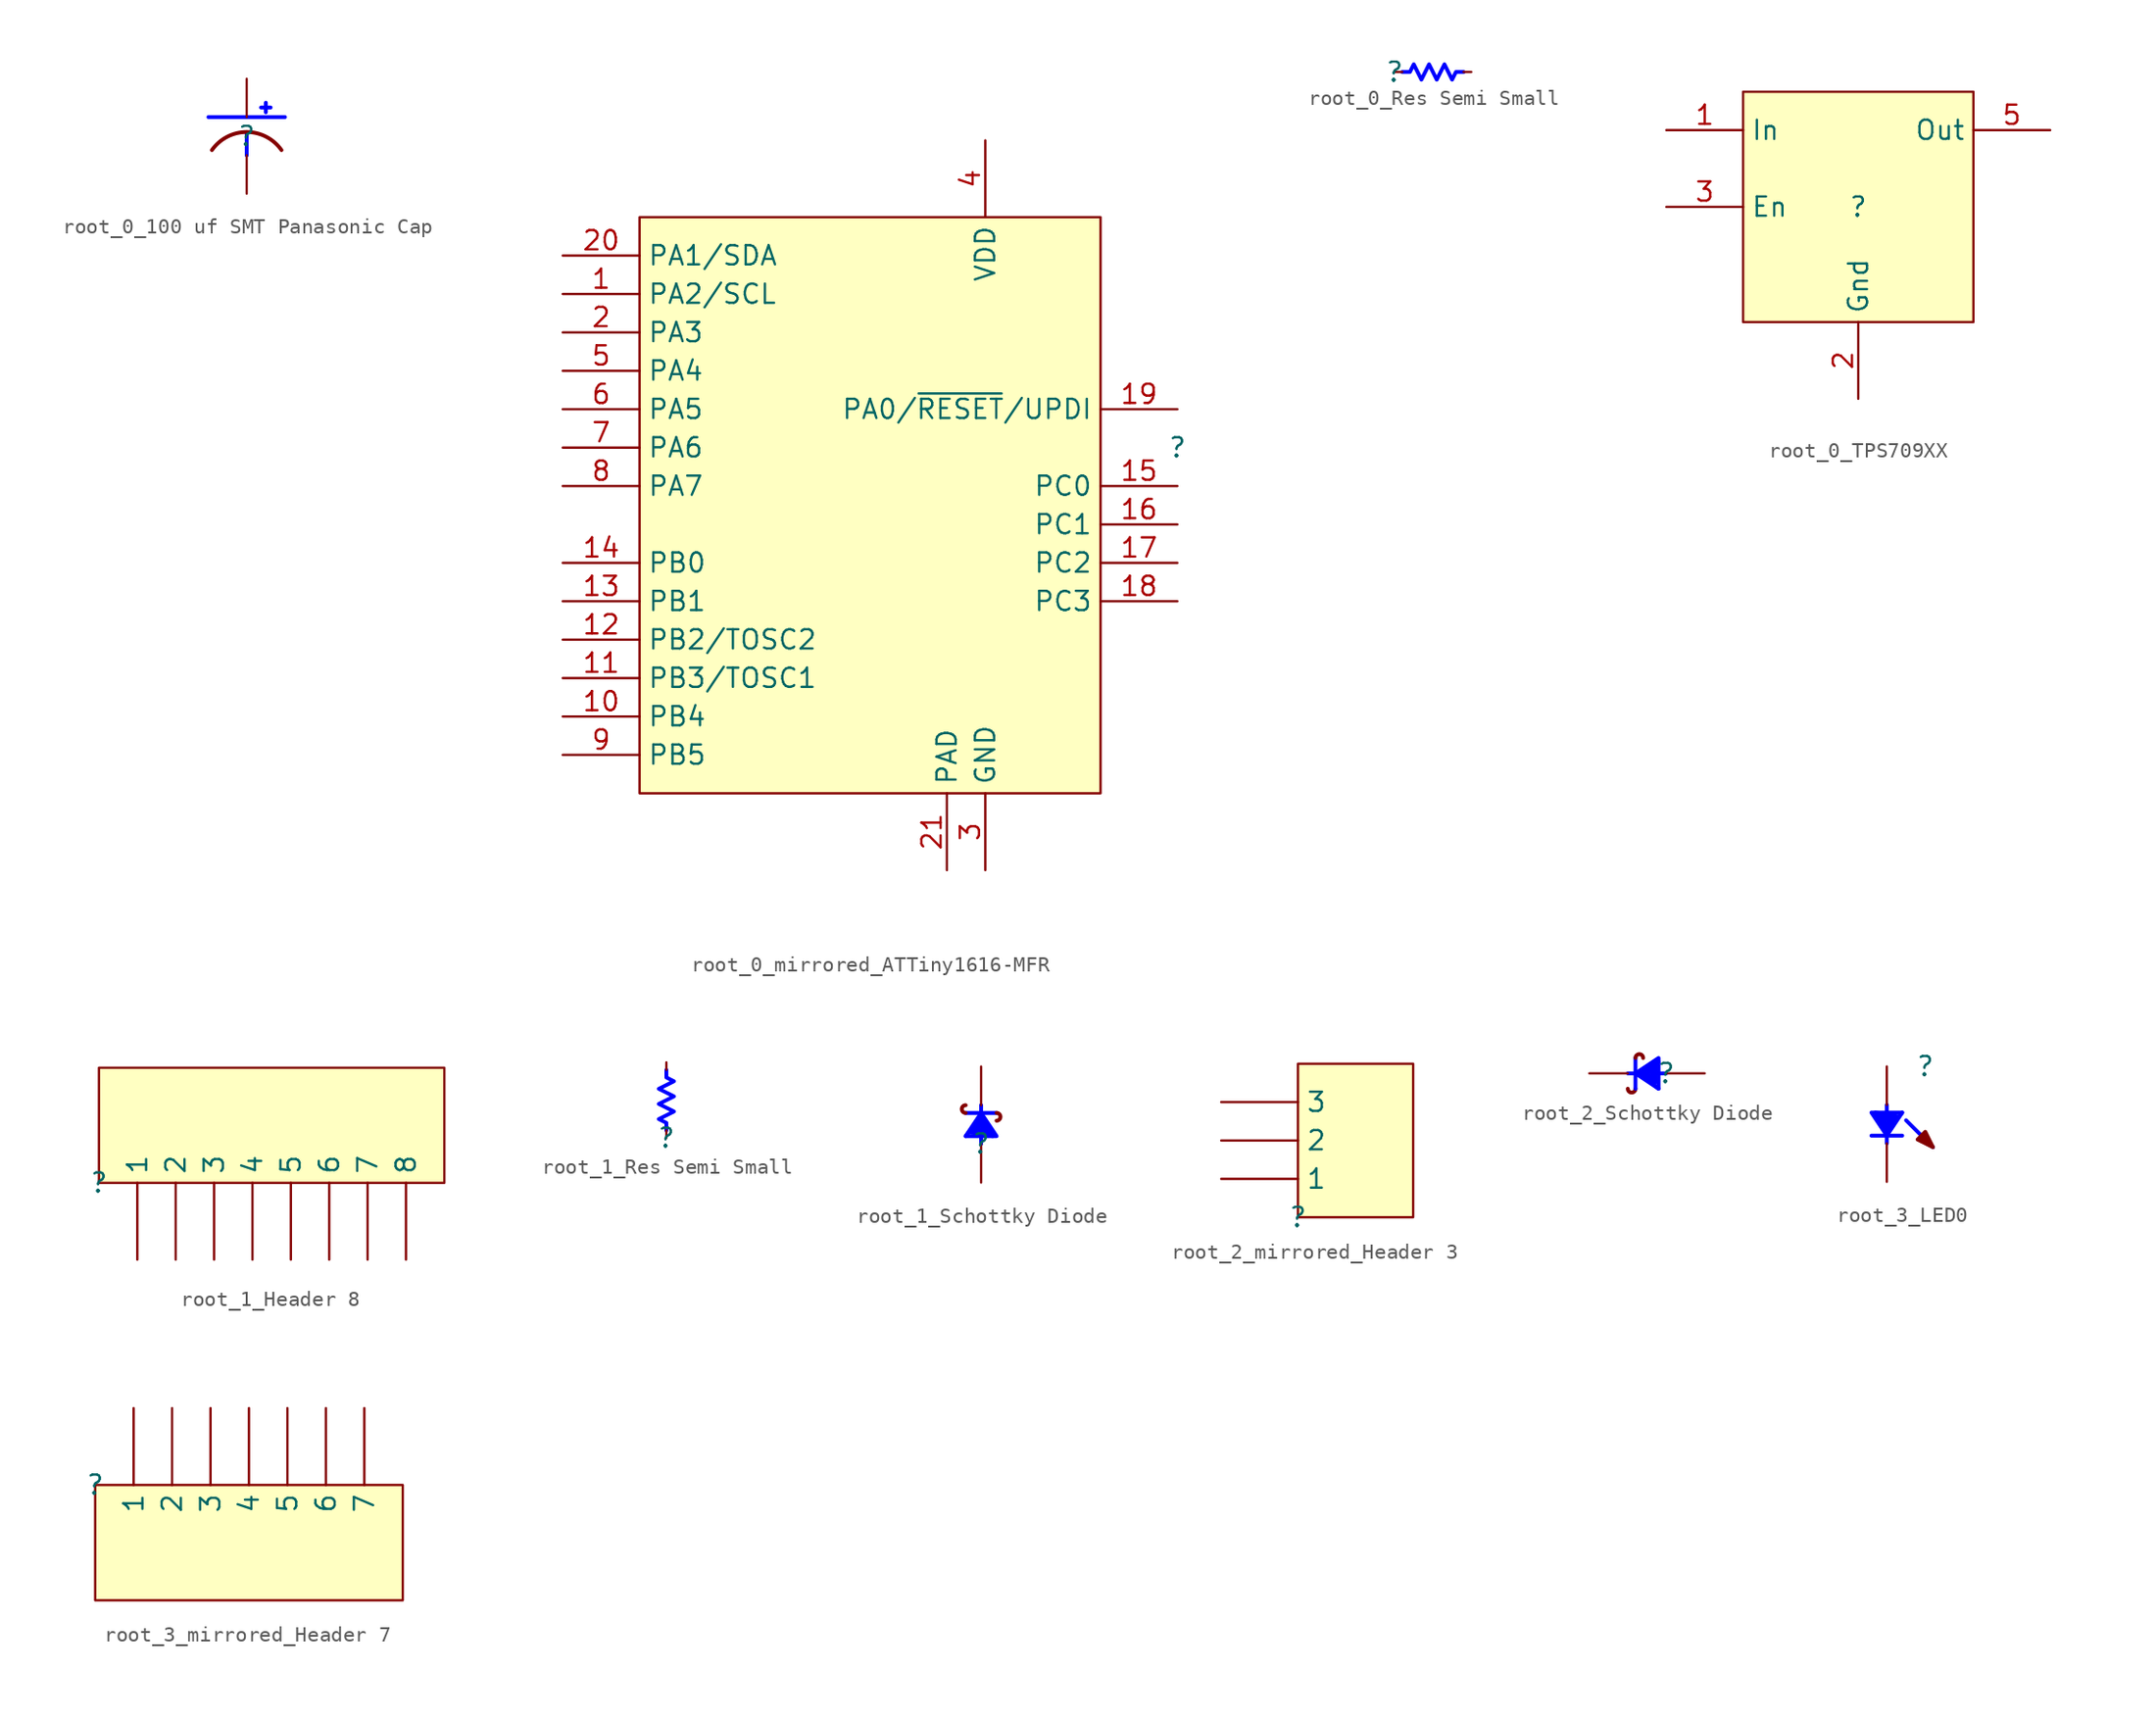
<source format=kicad_sym>
(kicad_symbol_lib
  (version 20220914)
  (generator kicad_symbol_editor)
  (symbol "root_0_100 uf SMT Panasonic Cap"
    (property "Reference" ""
      (at 0 0 0)
      (effects (font (size 1.27 1.27))))
    (property "Value" ""
      (at 0 0 0)
      (effects (font (size 1.27 1.27))))
    (symbol "root_0_100 uf SMT Panasonic Cap_1_0"
      (polyline (pts (xy -2.54 1.27) (xy 2.54 1.27)) (stroke (width 0.254) (type solid) (color 0 0 255 1)) (fill (type none)))
      (polyline (pts (xy 0 0.254) (xy 0 -1.27)) (stroke (width 0.254) (type solid) (color 0 0 255 1)) (fill (type none)))
      (polyline (pts (xy 1.27 2.223) (xy 1.27 1.588)) (stroke (width 0.254) (type solid) (color 0 0 255 1)) (fill (type none)))
      (polyline (pts (xy 1.588 1.905) (xy 0.953 1.905)) (stroke (width 0.254) (type solid) (color 0 0 255 1)) (fill (type none)))
      (arc (start 2.3092 -0.9231) (mid 0 0.279) (end -2.3092 -0.9231) (stroke (width 0.254) (type solid)) (fill (type none)))
      (pin passive line (at 0 3.81 270) (length 2.54) (name "1" (effects (font (size 0 0)))) (number "1" (effects (font (size 0 0)))))
      (pin passive line (at 0 -3.81 90) (length 2.54) (name "2" (effects (font (size 0 0)))) (number "2" (effects (font (size 0 0)))))))
  (symbol "root_0_mirrored_ATTiny1616-MFR"
    (property "Reference" ""
      (at 0 0 0)
      (effects (font (size 1.27 1.27))))
    (property "Value" ""
      (at 0 0 0)
      (effects (font (size 1.27 1.27))))
    (symbol "root_0_mirrored_ATTiny1616-MFR_1_0"
      (rectangle (start -5.08 15.24) (end -35.56 -22.86) (stroke (width 0) (type solid)) (fill (type background)))
      (pin bidirectional line (at -40.64 10.16 0) (length 5.08) (name "PA2/SCL" (effects (font (size 1.27 1.27)))) (number "1" (effects (font (size 1.27 1.27)))))
      (pin bidirectional line (at -40.64 -17.78 0) (length 5.08) (name "PB4" (effects (font (size 1.27 1.27)))) (number "10" (effects (font (size 1.27 1.27)))))
      (pin bidirectional line (at -40.64 -15.24 0) (length 5.08) (name "PB3/TOSC1" (effects (font (size 1.27 1.27)))) (number "11" (effects (font (size 1.27 1.27)))))
      (pin bidirectional line (at -40.64 -12.7 0) (length 5.08) (name "PB2/TOSC2" (effects (font (size 1.27 1.27)))) (number "12" (effects (font (size 1.27 1.27)))))
      (pin bidirectional line (at -40.64 -10.16 0) (length 5.08) (name "PB1" (effects (font (size 1.27 1.27)))) (number "13" (effects (font (size 1.27 1.27)))))
      (pin bidirectional line (at -40.64 -7.62 0) (length 5.08) (name "PB0" (effects (font (size 1.27 1.27)))) (number "14" (effects (font (size 1.27 1.27)))))
      (pin bidirectional line (at 0 -2.54 180) (length 5.08) (name "PC0" (effects (font (size 1.27 1.27)))) (number "15" (effects (font (size 1.27 1.27)))))
      (pin bidirectional line (at 0 -5.08 180) (length 5.08) (name "PC1" (effects (font (size 1.27 1.27)))) (number "16" (effects (font (size 1.27 1.27)))))
      (pin bidirectional line (at 0 -7.62 180) (length 5.08) (name "PC2" (effects (font (size 1.27 1.27)))) (number "17" (effects (font (size 1.27 1.27)))))
      (pin bidirectional line (at 0 -10.16 180) (length 5.08) (name "PC3" (effects (font (size 1.27 1.27)))) (number "18" (effects (font (size 1.27 1.27)))))
      (pin passive line (at 0 2.54 180) (length 5.08) (name "PA0/~{RESET}/UPDI" (effects (font (size 1.27 1.27)))) (number "19" (effects (font (size 1.27 1.27)))))
      (pin bidirectional line (at -40.64 7.62 0) (length 5.08) (name "PA3" (effects (font (size 1.27 1.27)))) (number "2" (effects (font (size 1.27 1.27)))))
      (pin bidirectional line (at -40.64 12.7 0) (length 5.08) (name "PA1/SDA" (effects (font (size 1.27 1.27)))) (number "20" (effects (font (size 1.27 1.27)))))
      (pin power_in line (at -15.24 -27.94 90) (length 5.08) (name "PAD" (effects (font (size 1.27 1.27)))) (number "21" (effects (font (size 1.27 1.27)))))
      (pin power_in line (at -12.7 -27.94 90) (length 5.08) (name "GND" (effects (font (size 1.27 1.27)))) (number "3" (effects (font (size 1.27 1.27)))))
      (pin power_in line (at -12.7 20.32 270) (length 5.08) (name "VDD" (effects (font (size 1.27 1.27)))) (number "4" (effects (font (size 1.27 1.27)))))
      (pin bidirectional line (at -40.64 5.08 0) (length 5.08) (name "PA4" (effects (font (size 1.27 1.27)))) (number "5" (effects (font (size 1.27 1.27)))))
      (pin bidirectional line (at -40.64 2.54 0) (length 5.08) (name "PA5" (effects (font (size 1.27 1.27)))) (number "6" (effects (font (size 1.27 1.27)))))
      (pin bidirectional line (at -40.64 0 0) (length 5.08) (name "PA6" (effects (font (size 1.27 1.27)))) (number "7" (effects (font (size 1.27 1.27)))))
      (pin bidirectional line (at -40.64 -2.54 0) (length 5.08) (name "PA7" (effects (font (size 1.27 1.27)))) (number "8" (effects (font (size 1.27 1.27)))))
      (pin bidirectional line (at -40.64 -20.32 0) (length 5.08) (name "PB5" (effects (font (size 1.27 1.27)))) (number "9" (effects (font (size 1.27 1.27)))))))
  (symbol "root_0_Res Semi Small"
    (property "Reference" ""
      (at 0 0 0)
      (effects (font (size 1.27 1.27))))
    (property "Value" ""
      (at 0 0 0)
      (effects (font (size 1.27 1.27))))
    (symbol "root_0_Res Semi Small_1_0"
      (polyline (pts (xy 4.572 0) (xy 4.064 0) (xy 3.81 -0.508) (xy 3.302 0.508) (xy 2.794 -0.508) (xy 2.286 0.508) (xy 1.778 -0.508) (xy 1.27 0.508) (xy 1.016 0) (xy 0.508 0)) (stroke (width 0.254) (type solid) (color 0 0 255 1)) (fill (type none)))
      (pin passive line (at 0 0 0) (length 0.508) (name "1" (effects (font (size 0 0)))) (number "1" (effects (font (size 0 0)))))
      (pin passive line (at 5.08 0 180) (length 0.508) (name "2" (effects (font (size 0 0)))) (number "2" (effects (font (size 0 0)))))))
  (symbol "root_0_TPS709XX"
    (property "Reference" ""
      (at 0 0 0)
      (effects (font (size 1.27 1.27))))
    (property "Value" ""
      (at 0 0 0)
      (effects (font (size 1.27 1.27))))
    (symbol "root_0_TPS709XX_1_0"
      (rectangle (start 7.62 7.62) (end -7.62 -7.62) (stroke (width 0) (type solid)) (fill (type background)))
      (pin power_in line (at -12.7 5.08 0) (length 5.08) (name "In" (effects (font (size 1.27 1.27)))) (number "1" (effects (font (size 1.27 1.27)))))
      (pin power_in line (at 0 -12.7 90) (length 5.08) (name "Gnd" (effects (font (size 1.27 1.27)))) (number "2" (effects (font (size 1.27 1.27)))))
      (pin input line (at -12.7 0 0) (length 5.08) (name "En" (effects (font (size 1.27 1.27)))) (number "3" (effects (font (size 1.27 1.27)))))
      (pin power_in line (at 12.7 5.08 180) (length 5.08) (name "Out" (effects (font (size 1.27 1.27)))) (number "5" (effects (font (size 1.27 1.27)))))))
  (symbol "root_1_Header 8"
    (property "Reference" ""
      (at 0 0 0)
      (effects (font (size 1.27 1.27))))
    (property "Value" ""
      (at 0 0 0)
      (effects (font (size 1.27 1.27))))
    (symbol "root_1_Header 8_1_0"
      (rectangle (start 22.86 7.62) (end 0 0) (stroke (width 0) (type solid)) (fill (type background)))
      (pin passive line (at 2.54 -5.08 90) (length 5.08) (name "1" (effects (font (size 1.27 1.27)))) (number "1" (effects (font (size 0 0)))))
      (pin passive line (at 5.08 -5.08 90) (length 5.08) (name "2" (effects (font (size 1.27 1.27)))) (number "2" (effects (font (size 0 0)))))
      (pin passive line (at 7.62 -5.08 90) (length 5.08) (name "3" (effects (font (size 1.27 1.27)))) (number "3" (effects (font (size 0 0)))))
      (pin passive line (at 10.16 -5.08 90) (length 5.08) (name "4" (effects (font (size 1.27 1.27)))) (number "4" (effects (font (size 0 0)))))
      (pin passive line (at 12.7 -5.08 90) (length 5.08) (name "5" (effects (font (size 1.27 1.27)))) (number "5" (effects (font (size 0 0)))))
      (pin passive line (at 15.24 -5.08 90) (length 5.08) (name "6" (effects (font (size 1.27 1.27)))) (number "6" (effects (font (size 0 0)))))
      (pin passive line (at 17.78 -5.08 90) (length 5.08) (name "7" (effects (font (size 1.27 1.27)))) (number "7" (effects (font (size 0 0)))))
      (pin passive line (at 20.32 -5.08 90) (length 5.08) (name "8" (effects (font (size 1.27 1.27)))) (number "8" (effects (font (size 0 0)))))))
  (symbol "root_1_Res Semi Small"
    (property "Reference" ""
      (at 0 0 0)
      (effects (font (size 1.27 1.27))))
    (property "Value" ""
      (at 0 0 0)
      (effects (font (size 1.27 1.27))))
    (symbol "root_1_Res Semi Small_1_0"
      (polyline (pts (xy 0 4.572) (xy 0 4.064) (xy 0.508 3.81) (xy -0.508 3.302) (xy 0.508 2.794) (xy -0.508 2.286) (xy 0.508 1.778) (xy -0.508 1.27) (xy 0 1.016) (xy 0 0.508)) (stroke (width 0.254) (type solid) (color 0 0 255 1)) (fill (type none)))
      (pin passive line (at 0 0 90) (length 0.508) (name "1" (effects (font (size 0 0)))) (number "1" (effects (font (size 0 0)))))
      (pin passive line (at 0 5.08 270) (length 0.508) (name "2" (effects (font (size 0 0)))) (number "2" (effects (font (size 0 0)))))))
  (symbol "root_1_Schottky Diode"
    (property "Reference" ""
      (at 0 0 0)
      (effects (font (size 1.27 1.27))))
    (property "Value" ""
      (at 0 0 0)
      (effects (font (size 1.27 1.27))))
    (symbol "root_1_Schottky Diode_1_0"
      (arc (start -1.016 2.54) (mid -1.27 2.286) (end -1.016 2.032) (stroke (width 0.254) (type solid)) (fill (type none)))
      (polyline (pts (xy -1.016 2.032) (xy 1.016 2.032)) (stroke (width 0.254) (type solid) (color 0 0 255 1)) (fill (type none)))
      (polyline (pts (xy 0 0.508) (xy 0 0)) (stroke (width 0.254) (type solid) (color 0 0 255 1)) (fill (type none)))
      (polyline (pts (xy 0 2.032) (xy 0 2.54)) (stroke (width 0.254) (type solid) (color 0 0 255 1)) (fill (type none)))
      (polyline (pts (xy 0 2.032) (xy -1.016 0.508) (xy 1.016 0.508) (xy 0 2.032)) (stroke (width 0.254) (type solid) (color 0 0 255 1)) (fill (type none)))
      (polyline (pts (xy -1.016 0.508) (xy 0 1.778) (xy 0.762 0.508) (xy -0.762 0.762) (xy 0 1.524) (xy 0.508 0.762) (xy -0.508 0.762) (xy 0 1.27) (xy 0.254 0.762) (xy -0.254 1.016)) (stroke (width 0.254) (type solid) (color 0 0 255 1)) (fill (type none)))
      (arc (start 1.016 1.524) (mid 1.27 1.778) (end 1.016 2.032) (stroke (width 0.254) (type solid)) (fill (type none)))
      (pin passive line (at 0 5.08 270) (length 2.54) (name "1" (effects (font (size 0 0)))) (number "1" (effects (font (size 0 0)))))
      (pin passive line (at 0 -2.54 90) (length 2.54) (name "2" (effects (font (size 0 0)))) (number "2" (effects (font (size 0 0)))))))
  (symbol "root_2_mirrored_Header 3"
    (property "Reference" ""
      (at 0 0 0)
      (effects (font (size 1.27 1.27))))
    (property "Value" ""
      (at 0 0 0)
      (effects (font (size 1.27 1.27))))
    (symbol "root_2_mirrored_Header 3_1_0"
      (rectangle (start 7.62 10.16) (end 0 0) (stroke (width 0) (type solid)) (fill (type background)))
      (pin passive line (at -5.08 2.54 0) (length 5.08) (name "1" (effects (font (size 1.27 1.27)))) (number "1" (effects (font (size 0 0)))))
      (pin passive line (at -5.08 5.08 0) (length 5.08) (name "2" (effects (font (size 1.27 1.27)))) (number "2" (effects (font (size 0 0)))))
      (pin passive line (at -5.08 7.62 0) (length 5.08) (name "3" (effects (font (size 1.27 1.27)))) (number "3" (effects (font (size 0 0)))))))
  (symbol "root_2_Schottky Diode"
    (property "Reference" ""
      (at 0 0 0)
      (effects (font (size 1.27 1.27))))
    (property "Value" ""
      (at 0 0 0)
      (effects (font (size 1.27 1.27))))
    (symbol "root_2_Schottky Diode_1_0"
      (arc (start -2.54 -1.016) (mid -2.286 -1.27) (end -2.032 -1.016) (stroke (width 0.254) (type solid)) (fill (type none)))
      (arc (start -1.524 1.016) (mid -1.778 1.27) (end -2.032 1.016) (stroke (width 0.254) (type solid)) (fill (type none)))
      (polyline (pts (xy -2.032 -1.016) (xy -2.032 1.016)) (stroke (width 0.254) (type solid) (color 0 0 255 1)) (fill (type none)))
      (polyline (pts (xy -2.032 0) (xy -2.54 0)) (stroke (width 0.254) (type solid) (color 0 0 255 1)) (fill (type none)))
      (polyline (pts (xy -0.508 0) (xy 0 0)) (stroke (width 0.254) (type solid) (color 0 0 255 1)) (fill (type none)))
      (polyline (pts (xy -2.032 0) (xy -0.508 -1.016) (xy -0.508 1.016) (xy -2.032 0)) (stroke (width 0.254) (type solid) (color 0 0 255 1)) (fill (type none)))
      (polyline (pts (xy -0.508 -1.016) (xy -1.778 0) (xy -0.508 0.762) (xy -0.762 -0.762) (xy -1.524 0) (xy -0.762 0.508) (xy -0.762 -0.508) (xy -1.27 0) (xy -0.762 0.254) (xy -1.016 -0.254)) (stroke (width 0.254) (type solid) (color 0 0 255 1)) (fill (type none)))
      (pin passive line (at -5.08 0 0) (length 2.54) (name "1" (effects (font (size 0 0)))) (number "1" (effects (font (size 0 0)))))
      (pin passive line (at 2.54 0 180) (length 2.54) (name "2" (effects (font (size 0 0)))) (number "2" (effects (font (size 0 0)))))))
  (symbol "root_3_LED0"
    (property "Reference" ""
      (at 0 0 0)
      (effects (font (size 1.27 1.27))))
    (property "Value" ""
      (at 0 0 0)
      (effects (font (size 1.27 1.27))))
    (symbol "root_3_LED0_1_0"
      (polyline (pts (xy -2.54 -4.572) (xy -2.54 -5.08)) (stroke (width 0.254) (type solid) (color 0 0 255 1)) (fill (type none)))
      (polyline (pts (xy -2.54 -3.048) (xy -2.54 -2.54)) (stroke (width 0.254) (type solid) (color 0 0 255 1)) (fill (type none)))
      (polyline (pts (xy -1.524 -4.572) (xy -3.556 -4.572)) (stroke (width 0.254) (type solid) (color 0 0 255 1)) (fill (type none)))
      (polyline (pts (xy -1.27 -3.556) (xy 0.508 -5.334)) (stroke (width 0.254) (type solid) (color 0 0 255 1)) (fill (type none)))
      (polyline (pts (xy -2.54 -4.572) (xy -1.524 -3.048) (xy -3.556 -3.048) (xy -2.54 -4.572)) (stroke (width 0.254) (type solid) (color 0 0 255 1)) (fill (type none)))
      (polyline (pts (xy 0.508 -5.334) (xy 0 -4.318) (xy -0.508 -4.826) (xy 0.508 -5.334)) (stroke (width 0.254) (type solid)) (fill (type outline)))
      (polyline (pts (xy -1.524 -3.048) (xy -2.54 -4.318) (xy -3.302 -3.048) (xy -1.778 -3.302) (xy -2.54 -4.064) (xy -3.048 -3.302) (xy -2.032 -3.302) (xy -2.54 -3.81) (xy -2.794 -3.302) (xy -2.286 -3.556)) (stroke (width 0.254) (type solid) (color 0 0 255 1)) (fill (type none)))
      (pin passive line (at -2.54 0 270) (length 2.54) (name "1" (effects (font (size 0 0)))) (number "1" (effects (font (size 0 0)))))
      (pin passive line (at -2.54 -7.62 90) (length 2.54) (name "2" (effects (font (size 0 0)))) (number "2" (effects (font (size 0 0)))))))
  (symbol "root_3_mirrored_Header 7"
    (property "Reference" ""
      (at 0 0 0)
      (effects (font (size 1.27 1.27))))
    (property "Value" ""
      (at 0 0 0)
      (effects (font (size 1.27 1.27))))
    (symbol "root_3_mirrored_Header 7_1_0"
      (rectangle (start 20.32 0) (end 0 -7.62) (stroke (width 0) (type solid)) (fill (type background)))
      (pin passive line (at 2.54 5.08 270) (length 5.08) (name "1" (effects (font (size 1.27 1.27)))) (number "1" (effects (font (size 0 0)))))
      (pin passive line (at 5.08 5.08 270) (length 5.08) (name "2" (effects (font (size 1.27 1.27)))) (number "2" (effects (font (size 0 0)))))
      (pin passive line (at 7.62 5.08 270) (length 5.08) (name "3" (effects (font (size 1.27 1.27)))) (number "3" (effects (font (size 0 0)))))
      (pin passive line (at 10.16 5.08 270) (length 5.08) (name "4" (effects (font (size 1.27 1.27)))) (number "4" (effects (font (size 0 0)))))
      (pin passive line (at 12.7 5.08 270) (length 5.08) (name "5" (effects (font (size 1.27 1.27)))) (number "5" (effects (font (size 0 0)))))
      (pin passive line (at 15.24 5.08 270) (length 5.08) (name "6" (effects (font (size 1.27 1.27)))) (number "6" (effects (font (size 0 0)))))
      (pin passive line (at 17.78 5.08 270) (length 5.08) (name "7" (effects (font (size 1.27 1.27)))) (number "7" (effects (font (size 0 0))))))))
</source>
